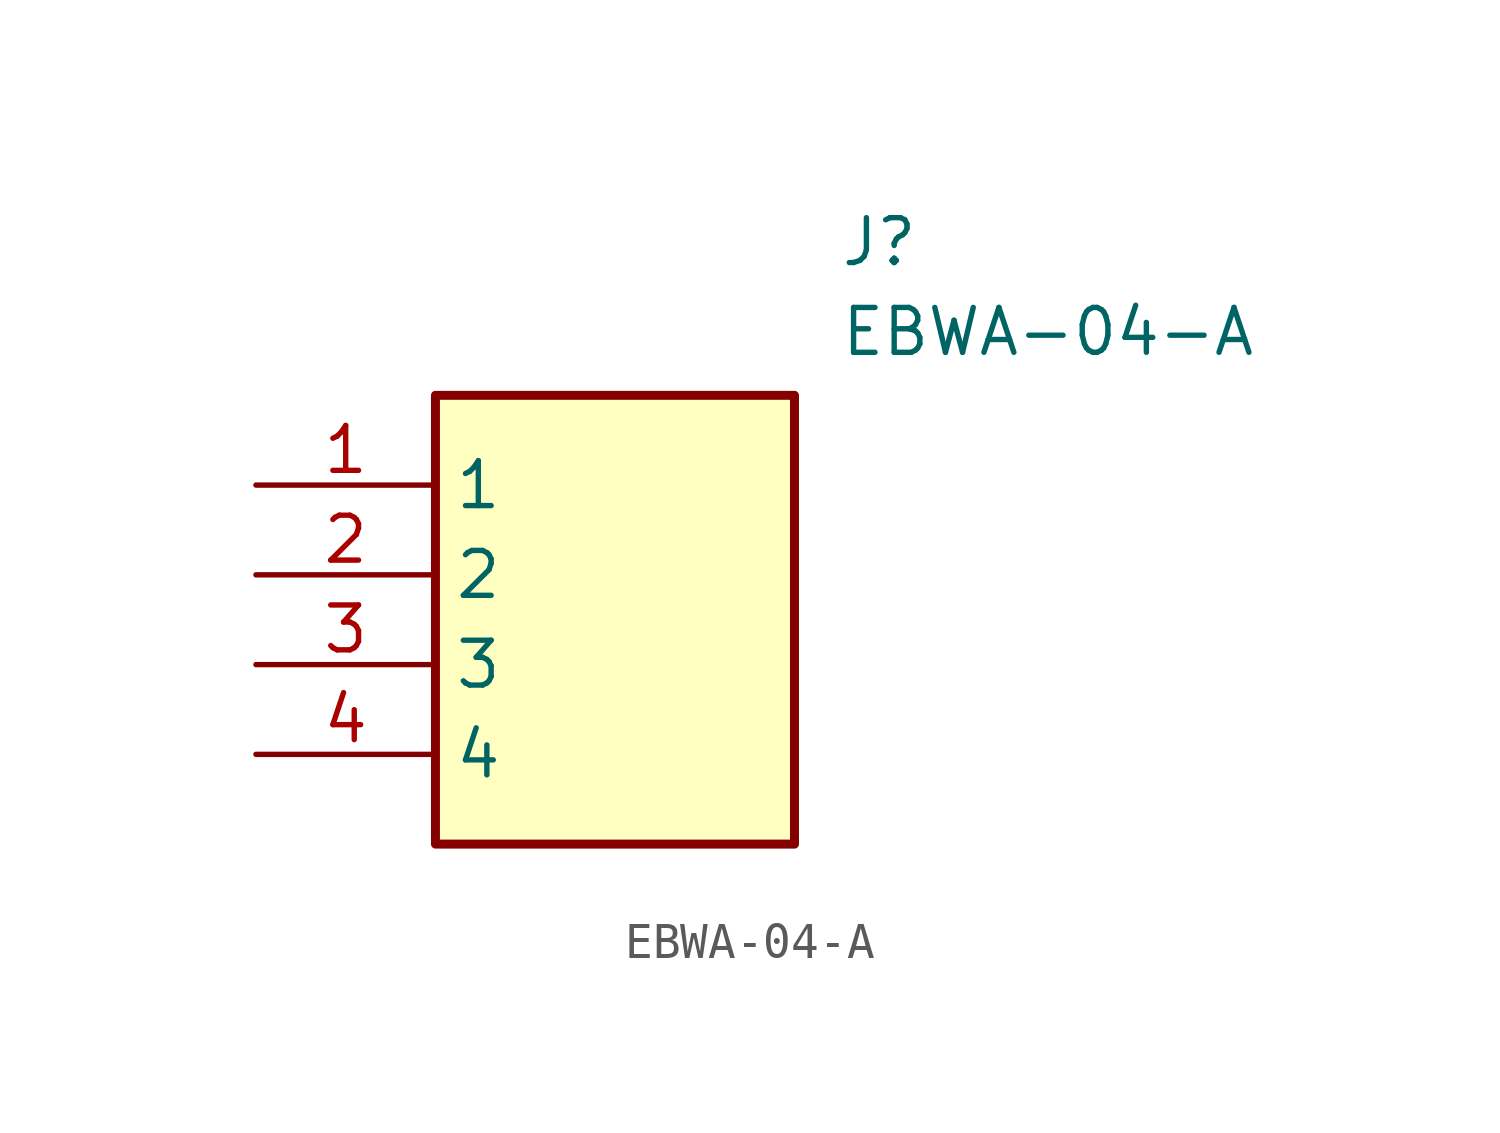
<source format=kicad_sym>
(kicad_symbol_lib
  (version 20211014)
  (generator SamacSys_ECAD_Model)
  (symbol "EBWA-04-A"
    (property "Reference" "J"
      (at 16.51 7.62 0)
      (effects (font (size 1.27 1.27)) (justify left top)))
    (property "Value" "EBWA-04-A"
      (at 16.51 5.08 0)
      (effects (font (size 1.27 1.27)) (justify left top)))
    (rectangle
      (start 5.08 2.54)
      (end 15.24 -10.16)
      (stroke (width 0.254) (type default))
      (fill (type background)))
    (pin passive line
      (at 0 0 0)
      (length 5.08)
      (name "1" (effects (font (size 1.27 1.27))))
      (number "1" (effects (font (size 1.27 1.27)))))
    (pin passive line
      (at 0 -2.54 0)
      (length 5.08)
      (name "2" (effects (font (size 1.27 1.27))))
      (number "2" (effects (font (size 1.27 1.27)))))
    (pin passive line
      (at 0 -5.08 0)
      (length 5.08)
      (name "3" (effects (font (size 1.27 1.27))))
      (number "3" (effects (font (size 1.27 1.27)))))
    (pin passive line
      (at 0 -7.62 0)
      (length 5.08)
      (name "4" (effects (font (size 1.27 1.27))))
      (number "4" (effects (font (size 1.27 1.27)))))))
</source>
